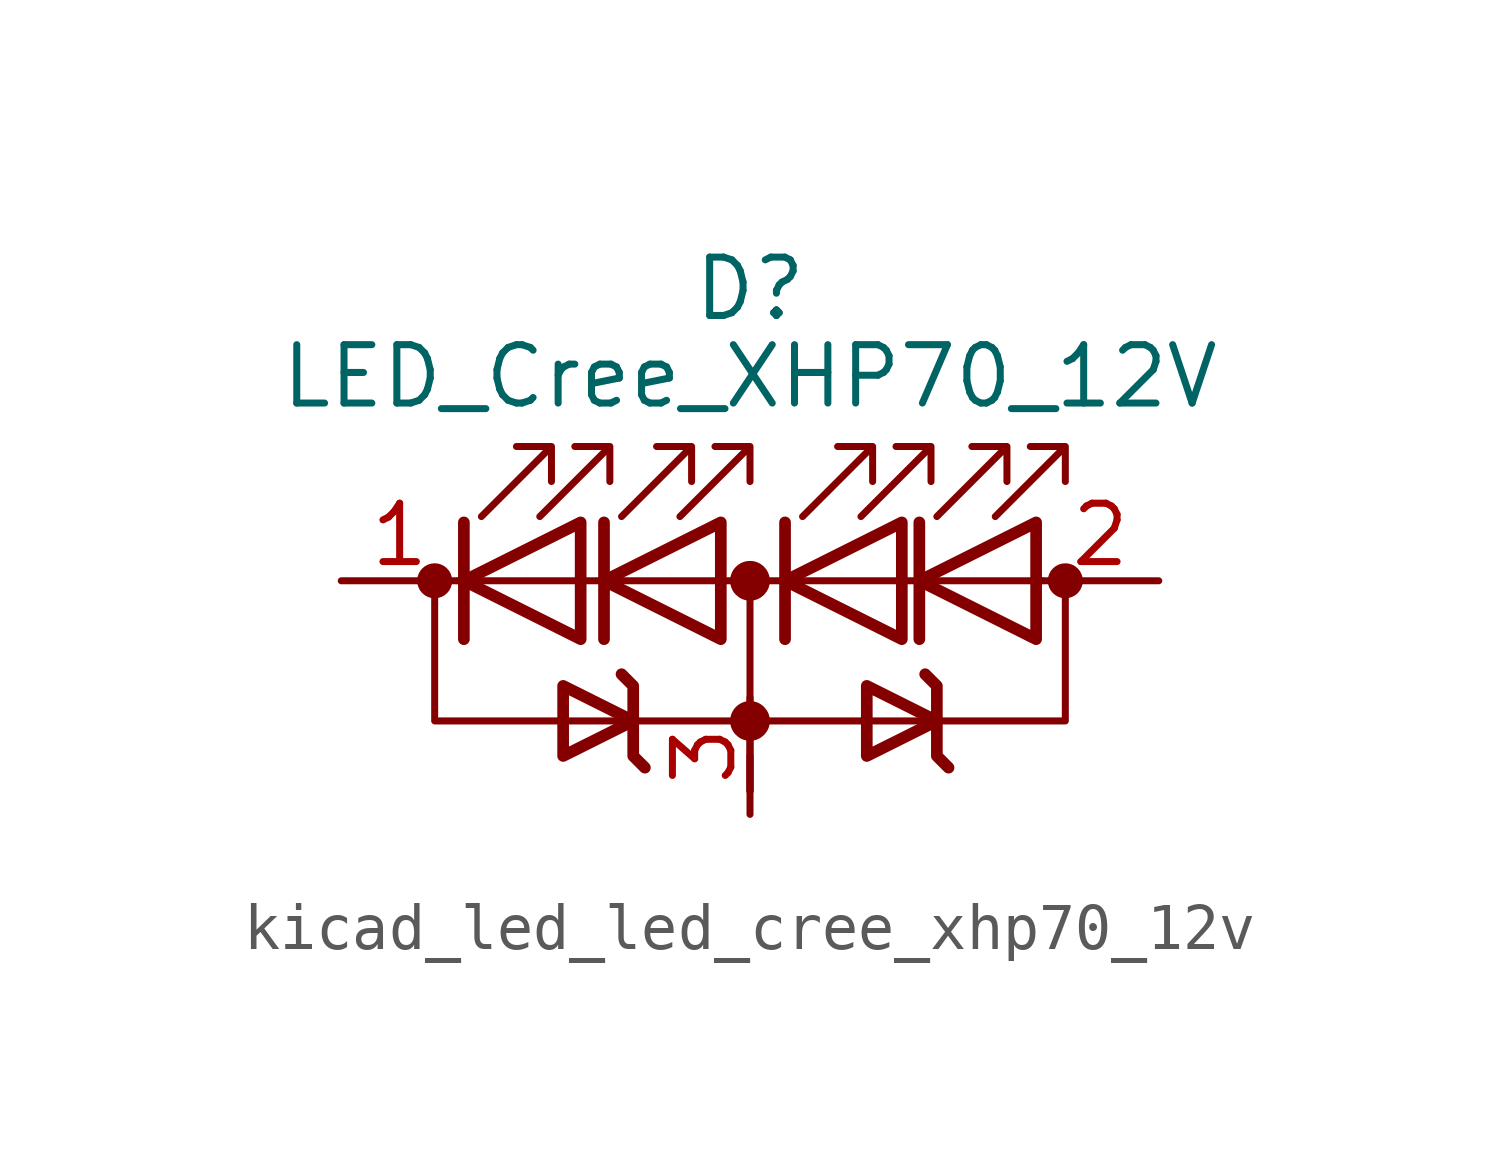
<source format=kicad_sym>
(kicad_symbol_lib
  (version 20220914)
  (generator kicad_symbol_editor)
  (symbol "kicad_led_led_cree_xhp70_12v"
    (pin_names
      (offset 1.016) hide)
    (property "Reference" "D"
      (at 0 6.35 0)
      (effects (font (size 1.27 1.27))))
    (property "Value" "LED_Cree_XHP70_12V"
      (at 0 4.445 0)
      (effects (font (size 1.27 1.27))))
    (symbol "kicad_led_led_cree_xhp70_12v_0_1"
      (circle (center -6.858 0) (radius 0.254) (stroke (width 0.254) (type default)) (fill (type outline)))
      (circle (center 0 -3.048) (radius 0.356) (stroke (width 0) (type default)) (fill (type outline)))
      (polyline (pts (xy -6.35 0) (xy 6.35 0)) (stroke (width 0) (type default)) (fill (type none)))
      (polyline (pts (xy -6.223 -1.27) (xy -6.223 1.27)) (stroke (width 0.254) (type default)) (fill (type none)))
      (polyline (pts (xy -3.175 -1.27) (xy -3.175 1.27)) (stroke (width 0.254) (type default)) (fill (type none)))
      (polyline (pts (xy 0 -3.81) (xy 0 -4.572)) (stroke (width 0) (type default)) (fill (type none)))
      (polyline (pts (xy 0 0) (xy 0 -4.572)) (stroke (width 0) (type default)) (fill (type none)))
      (polyline (pts (xy 0.762 -1.27) (xy 0.762 1.27)) (stroke (width 0.254) (type default)) (fill (type none)))
      (polyline (pts (xy 3.683 -1.27) (xy 3.683 1.27)) (stroke (width 0.254) (type default)) (fill (type none)))
      (polyline (pts (xy -6.858 0) (xy -6.858 -3.048) (xy 6.858 -3.048) (xy 6.858 0)) (stroke (width 0) (type default)) (fill (type none)))
      (polyline (pts (xy -3.683 -1.27) (xy -3.683 1.27) (xy -6.223 0) (xy -3.683 -1.27)) (stroke (width 0.254) (type default)) (fill (type none)))
      (polyline (pts (xy -2.286 -4.064) (xy -2.54 -3.81) (xy -2.54 -2.286) (xy -2.794 -2.032)) (stroke (width 0.254) (type default)) (fill (type none)))
      (polyline (pts (xy -0.635 -1.27) (xy -0.635 1.27) (xy -3.175 0) (xy -0.635 -1.27)) (stroke (width 0.254) (type default)) (fill (type none)))
      (polyline (pts (xy 3.302 -1.27) (xy 3.302 1.27) (xy 0.762 0) (xy 3.302 -1.27)) (stroke (width 0.254) (type default)) (fill (type none)))
      (polyline (pts (xy 4.318 -4.064) (xy 4.064 -3.81) (xy 4.064 -2.286) (xy 3.81 -2.032)) (stroke (width 0.254) (type default)) (fill (type none)))
      (polyline (pts (xy 6.223 -1.27) (xy 6.223 1.27) (xy 3.683 0) (xy 6.223 -1.27)) (stroke (width 0.254) (type default)) (fill (type none)))
      (polyline (pts (xy -5.842 1.397) (xy -4.318 2.921) (xy -5.08 2.921) (xy -4.318 2.921) (xy -4.318 2.159)) (stroke (width 0) (type default)) (fill (type none)))
      (polyline (pts (xy -4.572 1.397) (xy -3.048 2.921) (xy -3.81 2.921) (xy -3.048 2.921) (xy -3.048 2.159)) (stroke (width 0) (type default)) (fill (type none)))
      (polyline (pts (xy -4.064 -3.81) (xy -4.064 -2.286) (xy -2.54 -3.048) (xy -4.064 -3.81) (xy -4.064 -3.556)) (stroke (width 0.254) (type default)) (fill (type none)))
      (polyline (pts (xy -2.794 1.397) (xy -1.27 2.921) (xy -2.032 2.921) (xy -1.27 2.921) (xy -1.27 2.159)) (stroke (width 0) (type default)) (fill (type none)))
      (polyline (pts (xy -1.524 1.397) (xy 0 2.921) (xy -0.762 2.921) (xy 0 2.921) (xy 0 2.159)) (stroke (width 0) (type default)) (fill (type none)))
      (polyline (pts (xy 1.143 1.397) (xy 2.667 2.921) (xy 1.905 2.921) (xy 2.667 2.921) (xy 2.667 2.159)) (stroke (width 0) (type default)) (fill (type none)))
      (polyline (pts (xy 2.413 1.397) (xy 3.937 2.921) (xy 3.175 2.921) (xy 3.937 2.921) (xy 3.937 2.159)) (stroke (width 0) (type default)) (fill (type none)))
      (polyline (pts (xy 2.54 -3.81) (xy 2.54 -2.286) (xy 4.064 -3.048) (xy 2.54 -3.81) (xy 2.54 -3.556)) (stroke (width 0.254) (type default)) (fill (type none)))
      (polyline (pts (xy 4.064 1.397) (xy 5.588 2.921) (xy 4.826 2.921) (xy 5.588 2.921) (xy 5.588 2.159)) (stroke (width 0) (type default)) (fill (type none)))
      (polyline (pts (xy 5.334 1.397) (xy 6.858 2.921) (xy 6.096 2.921) (xy 6.858 2.921) (xy 6.858 2.159)) (stroke (width 0) (type default)) (fill (type none)))
      (circle (center 0 0) (radius 0.356) (stroke (width 0) (type default)) (fill (type outline)))
      (circle (center 6.858 0) (radius 0.254) (stroke (width 0.254) (type default)) (fill (type outline))))
    (symbol "kicad_led_led_cree_xhp70_12v_1_1"
      (pin passive line (at -8.89 0 0) (length 2.54) (name "K" (effects (font (size 1.27 1.27)))) (number "1" (effects (font (size 1.27 1.27)))))
      (pin passive line (at 8.89 0 180) (length 2.54) (name "A" (effects (font (size 1.27 1.27)))) (number "2" (effects (font (size 1.27 1.27)))))
      (pin passive line (at 0 -5.08 90) (length 2.54) (name "PAD" (effects (font (size 1.27 1.27)))) (number "3" (effects (font (size 1.27 1.27))))))))
</source>
